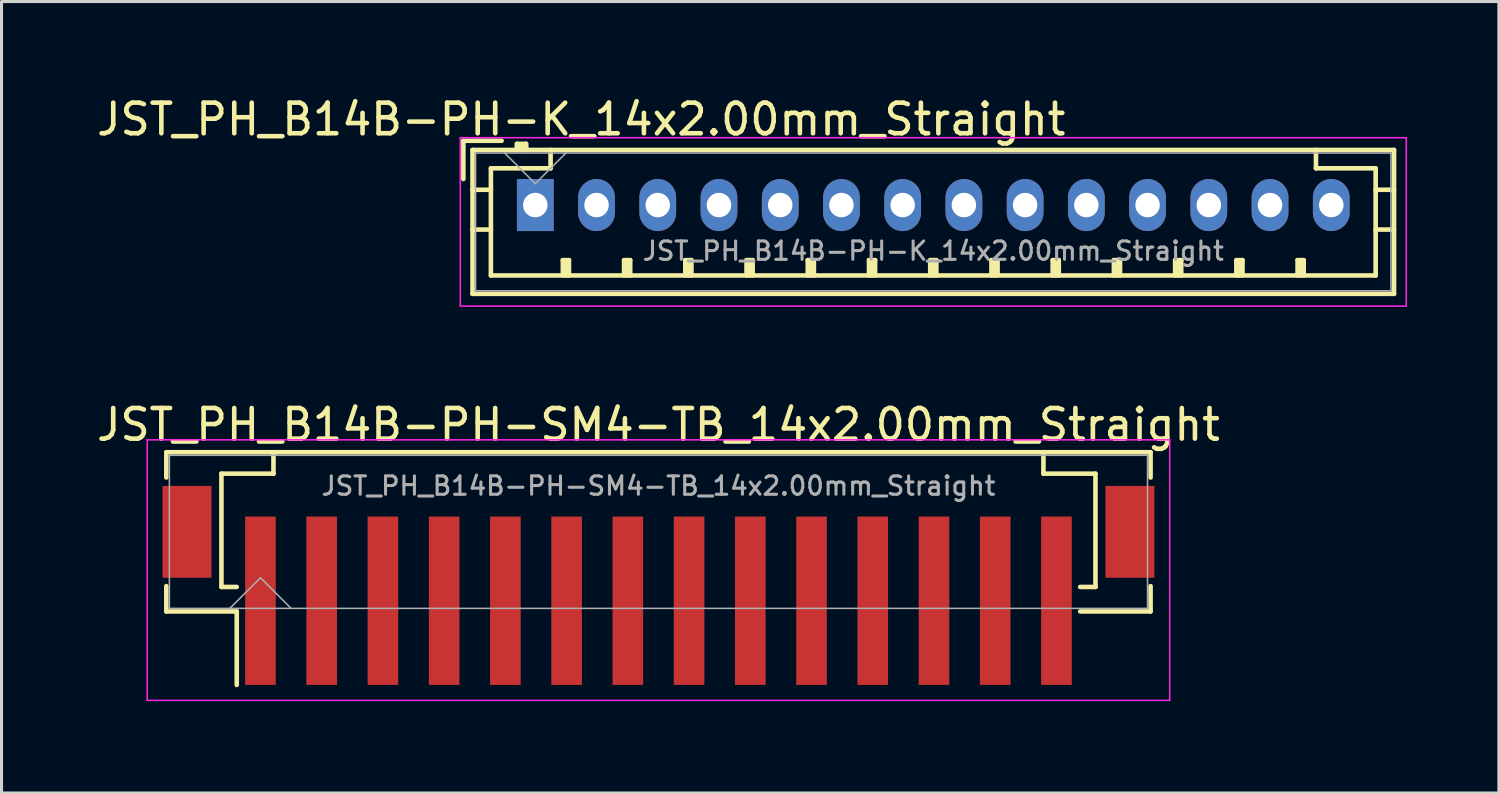
<source format=kicad_pcb>
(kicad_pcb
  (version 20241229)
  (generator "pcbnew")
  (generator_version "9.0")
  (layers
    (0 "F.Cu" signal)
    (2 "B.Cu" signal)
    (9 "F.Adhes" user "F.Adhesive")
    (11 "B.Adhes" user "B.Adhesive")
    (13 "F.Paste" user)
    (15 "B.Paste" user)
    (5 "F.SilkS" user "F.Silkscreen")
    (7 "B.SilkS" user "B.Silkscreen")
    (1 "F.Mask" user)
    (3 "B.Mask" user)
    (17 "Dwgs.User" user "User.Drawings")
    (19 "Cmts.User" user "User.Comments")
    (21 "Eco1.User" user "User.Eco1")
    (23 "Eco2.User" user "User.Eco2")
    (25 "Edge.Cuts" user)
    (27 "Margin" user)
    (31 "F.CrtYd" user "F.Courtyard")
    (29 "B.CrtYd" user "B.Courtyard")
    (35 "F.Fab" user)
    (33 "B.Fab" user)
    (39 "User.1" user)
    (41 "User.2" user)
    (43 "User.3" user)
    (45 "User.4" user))
  (footprint "JST_PH_B14B-PH-SM4-TB_14x2.00mm_Straight"
    (layer "F.Cu")
    (at 18.458 15.447)
    (property "Reference" "JST_PH_B14B-PH-SM4-TB_14x2.00mm_Straight" (at 0 -2.625 0) (layer "F.Fab") (effects (font (size 0.6 0.6) (thickness 0.1))))
    (attr smd)
    (fp_line (start -16.075 -3.725) (end 16.075 -3.725) (stroke (width 0.15) (type solid)) (layer "F.SilkS"))
    (fp_line (start -16.075 -2.9) (end -16.075 -3.725) (stroke (width 0.15) (type solid)) (layer "F.SilkS"))
    (fp_line (start -16.075 0.65) (end -16.075 1.475) (stroke (width 0.15) (type solid)) (layer "F.SilkS"))
    (fp_line (start -16.075 1.475) (end -13.775 1.475) (stroke (width 0.15) (type solid)) (layer "F.SilkS"))
    (fp_line (start -14.275 -3.025) (end -14.275 0.675) (stroke (width 0.15) (type solid)) (layer "F.SilkS"))
    (fp_line (start -14.275 0.675) (end -13.775 0.675) (stroke (width 0.15) (type solid)) (layer "F.SilkS"))
    (fp_line (start -13.775 1.475) (end -13.775 3.875) (stroke (width 0.15) (type solid)) (layer "F.SilkS"))
    (fp_line (start -12.575 -3.725) (end -12.575 -3.025) (stroke (width 0.15) (type solid)) (layer "F.SilkS"))
    (fp_line (start -12.575 -3.025) (end -14.275 -3.025) (stroke (width 0.15) (type solid)) (layer "F.SilkS"))
    (fp_line (start 12.575 -3.725) (end 12.575 -3.025) (stroke (width 0.15) (type solid)) (layer "F.SilkS"))
    (fp_line (start 12.575 -3.025) (end 14.275 -3.025) (stroke (width 0.15) (type solid)) (layer "F.SilkS"))
    (fp_line (start 14.275 -3.025) (end 14.275 0.675) (stroke (width 0.15) (type solid)) (layer "F.SilkS"))
    (fp_line (start 14.275 0.675) (end 13.775 0.675) (stroke (width 0.15) (type solid)) (layer "F.SilkS"))
    (fp_line (start 16.075 -3.725) (end 16.075 -2.9) (stroke (width 0.15) (type solid)) (layer "F.SilkS"))
    (fp_line (start 16.075 0.65) (end 16.075 1.475) (stroke (width 0.15) (type solid)) (layer "F.SilkS"))
    (fp_line (start 16.075 1.475) (end 13.775 1.475) (stroke (width 0.15) (type solid)) (layer "F.SilkS"))
    (fp_line (start -16.7 -4.13) (end -16.7 4.38) (stroke (width 0.05) (type solid)) (layer "F.CrtYd"))
    (fp_line (start -16.7 4.38) (end 16.7 4.38) (stroke (width 0.05) (type solid)) (layer "F.CrtYd"))
    (fp_line (start 16.7 -4.13) (end -16.7 -4.13) (stroke (width 0.05) (type solid)) (layer "F.CrtYd"))
    (fp_line (start 16.7 4.38) (end 16.7 -4.13) (stroke (width 0.05) (type solid)) (layer "F.CrtYd"))
    (fp_line (start -15.975 -3.625) (end -15.975 1.375) (stroke (width 0.05) (type solid)) (layer "F.Fab"))
    (fp_line (start -15.975 1.375) (end 15.975 1.375) (stroke (width 0.05) (type solid)) (layer "F.Fab"))
    (fp_line (start -14 1.375) (end -13 0.375) (stroke (width 0.05) (type solid)) (layer "F.Fab"))
    (fp_line (start -13 0.375) (end -12 1.375) (stroke (width 0.05) (type solid)) (layer "F.Fab"))
    (fp_line (start 15.975 -3.625) (end -15.975 -3.625) (stroke (width 0.05) (type solid)) (layer "F.Fab"))
    (fp_line (start 15.975 1.375) (end 15.975 -3.625) (stroke (width 0.05) (type solid)) (layer "F.Fab"))
    (fp_text user "${REFERENCE}" (at 0 -4.625 0) (layer "F.SilkS") (effects (font (size 1 1) (thickness 0.15))))
    (pad "" smd rect (at -15.4 -1.125) (size 1.6 3) (layers "F.Cu" "F.Mask" "F.Paste"))
    (pad "" smd rect (at 15.4 -1.125) (size 1.6 3) (layers "F.Cu" "F.Mask" "F.Paste"))
    (pad "1" smd rect (at -13 1.125) (size 1 5.5) (layers "F.Cu" "F.Mask" "F.Paste"))
    (pad "2" smd rect (at -11 1.125) (size 1 5.5) (layers "F.Cu" "F.Mask" "F.Paste"))
    (pad "3" smd rect (at -9 1.125) (size 1 5.5) (layers "F.Cu" "F.Mask" "F.Paste"))
    (pad "4" smd rect (at -7 1.125) (size 1 5.5) (layers "F.Cu" "F.Mask" "F.Paste"))
    (pad "5" smd rect (at -5 1.125) (size 1 5.5) (layers "F.Cu" "F.Mask" "F.Paste"))
    (pad "6" smd rect (at -3 1.125) (size 1 5.5) (layers "F.Cu" "F.Mask" "F.Paste"))
    (pad "7" smd rect (at -1 1.125) (size 1 5.5) (layers "F.Cu" "F.Mask" "F.Paste"))
    (pad "8" smd rect (at 1 1.125) (size 1 5.5) (layers "F.Cu" "F.Mask" "F.Paste"))
    (pad "9" smd rect (at 3 1.125) (size 1 5.5) (layers "F.Cu" "F.Mask" "F.Paste"))
    (pad "10" smd rect (at 5 1.125) (size 1 5.5) (layers "F.Cu" "F.Mask" "F.Paste"))
    (pad "11" smd rect (at 7 1.125) (size 1 5.5) (layers "F.Cu" "F.Mask" "F.Paste"))
    (pad "12" smd rect (at 9 1.125) (size 1 5.5) (layers "F.Cu" "F.Mask" "F.Paste"))
    (pad "13" smd rect (at 11 1.125) (size 1 5.5) (layers "F.Cu" "F.Mask" "F.Paste"))
    (pad "14" smd rect (at 13 1.125) (size 1 5.5) (layers "F.Cu" "F.Mask" "F.Paste")))
  (footprint "JST_PH_B14B-PH-K_14x2.00mm_Straight"
    (layer "F.Cu")
    (at 14.435 3.648)
    (property "Reference" "JST_PH_B14B-PH-K_14x2.00mm_Straight" (at 13 1.5 0) (layer "F.Fab") (effects (font (size 0.6 0.6) (thickness 0.1))))
    (attr through_hole)
    (fp_line (start -2.35 -2.1) (end -2.35 -0.85) (stroke (width 0.15) (type solid)) (layer "F.SilkS"))
    (fp_line (start -2.05 -1.8) (end -2.05 2.9) (stroke (width 0.15) (type solid)) (layer "F.SilkS"))
    (fp_line (start -2.05 -0.5) (end -1.45 -0.5) (stroke (width 0.15) (type solid)) (layer "F.SilkS"))
    (fp_line (start -2.05 0.8) (end -1.45 0.8) (stroke (width 0.15) (type solid)) (layer "F.SilkS"))
    (fp_line (start -2.05 2.9) (end 28.05 2.9) (stroke (width 0.15) (type solid)) (layer "F.SilkS"))
    (fp_line (start -1.45 -1.2) (end -1.45 2.3) (stroke (width 0.15) (type solid)) (layer "F.SilkS"))
    (fp_line (start -1.45 2.3) (end 27.45 2.3) (stroke (width 0.15) (type solid)) (layer "F.SilkS"))
    (fp_line (start -1.1 -2.1) (end -2.35 -2.1) (stroke (width 0.15) (type solid)) (layer "F.SilkS"))
    (fp_line (start -0.6 -2) (end -0.6 -1.8) (stroke (width 0.15) (type solid)) (layer "F.SilkS"))
    (fp_line (start -0.3 -2) (end -0.6 -2) (stroke (width 0.15) (type solid)) (layer "F.SilkS"))
    (fp_line (start -0.3 -1.9) (end -0.6 -1.9) (stroke (width 0.15) (type solid)) (layer "F.SilkS"))
    (fp_line (start -0.3 -1.8) (end -0.3 -2) (stroke (width 0.15) (type solid)) (layer "F.SilkS"))
    (fp_line (start 0.5 -1.8) (end 0.5 -1.2) (stroke (width 0.15) (type solid)) (layer "F.SilkS"))
    (fp_line (start 0.5 -1.2) (end -1.45 -1.2) (stroke (width 0.15) (type solid)) (layer "F.SilkS"))
    (fp_line (start 0.9 1.8) (end 1.1 1.8) (stroke (width 0.15) (type solid)) (layer "F.SilkS"))
    (fp_line (start 0.9 2.3) (end 0.9 1.8) (stroke (width 0.15) (type solid)) (layer "F.SilkS"))
    (fp_line (start 1 2.3) (end 1 1.8) (stroke (width 0.15) (type solid)) (layer "F.SilkS"))
    (fp_line (start 1.1 1.8) (end 1.1 2.3) (stroke (width 0.15) (type solid)) (layer "F.SilkS"))
    (fp_line (start 2.9 1.8) (end 3.1 1.8) (stroke (width 0.15) (type solid)) (layer "F.SilkS"))
    (fp_line (start 2.9 2.3) (end 2.9 1.8) (stroke (width 0.15) (type solid)) (layer "F.SilkS"))
    (fp_line (start 3 2.3) (end 3 1.8) (stroke (width 0.15) (type solid)) (layer "F.SilkS"))
    (fp_line (start 3.1 1.8) (end 3.1 2.3) (stroke (width 0.15) (type solid)) (layer "F.SilkS"))
    (fp_line (start 4.9 1.8) (end 5.1 1.8) (stroke (width 0.15) (type solid)) (layer "F.SilkS"))
    (fp_line (start 4.9 2.3) (end 4.9 1.8) (stroke (width 0.15) (type solid)) (layer "F.SilkS"))
    (fp_line (start 5 2.3) (end 5 1.8) (stroke (width 0.15) (type solid)) (layer "F.SilkS"))
    (fp_line (start 5.1 1.8) (end 5.1 2.3) (stroke (width 0.15) (type solid)) (layer "F.SilkS"))
    (fp_line (start 6.9 1.8) (end 7.1 1.8) (stroke (width 0.15) (type solid)) (layer "F.SilkS"))
    (fp_line (start 6.9 2.3) (end 6.9 1.8) (stroke (width 0.15) (type solid)) (layer "F.SilkS"))
    (fp_line (start 7 2.3) (end 7 1.8) (stroke (width 0.15) (type solid)) (layer "F.SilkS"))
    (fp_line (start 7.1 1.8) (end 7.1 2.3) (stroke (width 0.15) (type solid)) (layer "F.SilkS"))
    (fp_line (start 8.9 1.8) (end 9.1 1.8) (stroke (width 0.15) (type solid)) (layer "F.SilkS"))
    (fp_line (start 8.9 2.3) (end 8.9 1.8) (stroke (width 0.15) (type solid)) (layer "F.SilkS"))
    (fp_line (start 9 2.3) (end 9 1.8) (stroke (width 0.15) (type solid)) (layer "F.SilkS"))
    (fp_line (start 9.1 1.8) (end 9.1 2.3) (stroke (width 0.15) (type solid)) (layer "F.SilkS"))
    (fp_line (start 10.9 1.8) (end 11.1 1.8) (stroke (width 0.15) (type solid)) (layer "F.SilkS"))
    (fp_line (start 10.9 2.3) (end 10.9 1.8) (stroke (width 0.15) (type solid)) (layer "F.SilkS"))
    (fp_line (start 11 2.3) (end 11 1.8) (stroke (width 0.15) (type solid)) (layer "F.SilkS"))
    (fp_line (start 11.1 1.8) (end 11.1 2.3) (stroke (width 0.15) (type solid)) (layer "F.SilkS"))
    (fp_line (start 12.9 1.8) (end 13.1 1.8) (stroke (width 0.15) (type solid)) (layer "F.SilkS"))
    (fp_line (start 12.9 2.3) (end 12.9 1.8) (stroke (width 0.15) (type solid)) (layer "F.SilkS"))
    (fp_line (start 13 2.3) (end 13 1.8) (stroke (width 0.15) (type solid)) (layer "F.SilkS"))
    (fp_line (start 13.1 1.8) (end 13.1 2.3) (stroke (width 0.15) (type solid)) (layer "F.SilkS"))
    (fp_line (start 14.9 1.8) (end 15.1 1.8) (stroke (width 0.15) (type solid)) (layer "F.SilkS"))
    (fp_line (start 14.9 2.3) (end 14.9 1.8) (stroke (width 0.15) (type solid)) (layer "F.SilkS"))
    (fp_line (start 15 2.3) (end 15 1.8) (stroke (width 0.15) (type solid)) (layer "F.SilkS"))
    (fp_line (start 15.1 1.8) (end 15.1 2.3) (stroke (width 0.15) (type solid)) (layer "F.SilkS"))
    (fp_line (start 16.9 1.8) (end 17.1 1.8) (stroke (width 0.15) (type solid)) (layer "F.SilkS"))
    (fp_line (start 16.9 2.3) (end 16.9 1.8) (stroke (width 0.15) (type solid)) (layer "F.SilkS"))
    (fp_line (start 17 2.3) (end 17 1.8) (stroke (width 0.15) (type solid)) (layer "F.SilkS"))
    (fp_line (start 17.1 1.8) (end 17.1 2.3) (stroke (width 0.15) (type solid)) (layer "F.SilkS"))
    (fp_line (start 18.9 1.8) (end 19.1 1.8) (stroke (width 0.15) (type solid)) (layer "F.SilkS"))
    (fp_line (start 18.9 2.3) (end 18.9 1.8) (stroke (width 0.15) (type solid)) (layer "F.SilkS"))
    (fp_line (start 19 2.3) (end 19 1.8) (stroke (width 0.15) (type solid)) (layer "F.SilkS"))
    (fp_line (start 19.1 1.8) (end 19.1 2.3) (stroke (width 0.15) (type solid)) (layer "F.SilkS"))
    (fp_line (start 20.9 1.8) (end 21.1 1.8) (stroke (width 0.15) (type solid)) (layer "F.SilkS"))
    (fp_line (start 20.9 2.3) (end 20.9 1.8) (stroke (width 0.15) (type solid)) (layer "F.SilkS"))
    (fp_line (start 21 2.3) (end 21 1.8) (stroke (width 0.15) (type solid)) (layer "F.SilkS"))
    (fp_line (start 21.1 1.8) (end 21.1 2.3) (stroke (width 0.15) (type solid)) (layer "F.SilkS"))
    (fp_line (start 22.9 1.8) (end 23.1 1.8) (stroke (width 0.15) (type solid)) (layer "F.SilkS"))
    (fp_line (start 22.9 2.3) (end 22.9 1.8) (stroke (width 0.15) (type solid)) (layer "F.SilkS"))
    (fp_line (start 23 2.3) (end 23 1.8) (stroke (width 0.15) (type solid)) (layer "F.SilkS"))
    (fp_line (start 23.1 1.8) (end 23.1 2.3) (stroke (width 0.15) (type solid)) (layer "F.SilkS"))
    (fp_line (start 24.9 1.8) (end 25.1 1.8) (stroke (width 0.15) (type solid)) (layer "F.SilkS"))
    (fp_line (start 24.9 2.3) (end 24.9 1.8) (stroke (width 0.15) (type solid)) (layer "F.SilkS"))
    (fp_line (start 25 2.3) (end 25 1.8) (stroke (width 0.15) (type solid)) (layer "F.SilkS"))
    (fp_line (start 25.1 1.8) (end 25.1 2.3) (stroke (width 0.15) (type solid)) (layer "F.SilkS"))
    (fp_line (start 25.5 -1.2) (end 25.5 -1.8) (stroke (width 0.15) (type solid)) (layer "F.SilkS"))
    (fp_line (start 27.45 -1.2) (end 25.5 -1.2) (stroke (width 0.15) (type solid)) (layer "F.SilkS"))
    (fp_line (start 27.45 2.3) (end 27.45 -1.2) (stroke (width 0.15) (type solid)) (layer "F.SilkS"))
    (fp_line (start 28.05 -1.8) (end -2.05 -1.8) (stroke (width 0.15) (type solid)) (layer "F.SilkS"))
    (fp_line (start 28.05 -0.5) (end 27.45 -0.5) (stroke (width 0.15) (type solid)) (layer "F.SilkS"))
    (fp_line (start 28.05 0.8) (end 27.45 0.8) (stroke (width 0.15) (type solid)) (layer "F.SilkS"))
    (fp_line (start 28.05 2.9) (end 28.05 -1.8) (stroke (width 0.15) (type solid)) (layer "F.SilkS"))
    (fp_line (start -2.45 -2.2) (end -2.45 3.3) (stroke (width 0.05) (type solid)) (layer "F.CrtYd"))
    (fp_line (start -2.45 3.3) (end 28.45 3.3) (stroke (width 0.05) (type solid)) (layer "F.CrtYd"))
    (fp_line (start 28.45 -2.2) (end -2.45 -2.2) (stroke (width 0.05) (type solid)) (layer "F.CrtYd"))
    (fp_line (start 28.45 3.3) (end 28.45 -2.2) (stroke (width 0.05) (type solid)) (layer "F.CrtYd"))
    (fp_line (start -1.95 -1.7) (end -1.95 2.8) (stroke (width 0.05) (type solid)) (layer "F.Fab"))
    (fp_line (start -1.95 2.8) (end 27.95 2.8) (stroke (width 0.05) (type solid)) (layer "F.Fab"))
    (fp_line (start -1 -1.7) (end 0 -0.7) (stroke (width 0.05) (type solid)) (layer "F.Fab"))
    (fp_line (start 0 -0.7) (end 1 -1.7) (stroke (width 0.05) (type solid)) (layer "F.Fab"))
    (fp_line (start 27.95 -1.7) (end -1.95 -1.7) (stroke (width 0.05) (type solid)) (layer "F.Fab"))
    (fp_line (start 27.95 2.8) (end 27.95 -1.7) (stroke (width 0.05) (type solid)) (layer "F.Fab"))
    (fp_text user "${REFERENCE}" (at 1.5 -2.8 0) (layer "F.SilkS") (effects (font (size 1 1) (thickness 0.15))))
    (pad "1" thru_hole rect (at 0 0) (size 1.2 1.7) (drill 0.8) (layers "*.Cu" "*.Mask"))
    (pad "2" thru_hole oval (at 2 0) (size 1.2 1.7) (drill 0.8) (layers "*.Cu" "*.Mask"))
    (pad "3" thru_hole oval (at 4 0) (size 1.2 1.7) (drill 0.8) (layers "*.Cu" "*.Mask"))
    (pad "4" thru_hole oval (at 6 0) (size 1.2 1.7) (drill 0.8) (layers "*.Cu" "*.Mask"))
    (pad "5" thru_hole oval (at 8 0) (size 1.2 1.7) (drill 0.8) (layers "*.Cu" "*.Mask"))
    (pad "6" thru_hole oval (at 10 0) (size 1.2 1.7) (drill 0.8) (layers "*.Cu" "*.Mask"))
    (pad "7" thru_hole oval (at 12 0) (size 1.2 1.7) (drill 0.8) (layers "*.Cu" "*.Mask"))
    (pad "8" thru_hole oval (at 14 0) (size 1.2 1.7) (drill 0.8) (layers "*.Cu" "*.Mask"))
    (pad "9" thru_hole oval (at 16 0) (size 1.2 1.7) (drill 0.8) (layers "*.Cu" "*.Mask"))
    (pad "10" thru_hole oval (at 18 0) (size 1.2 1.7) (drill 0.8) (layers "*.Cu" "*.Mask"))
    (pad "11" thru_hole oval (at 20 0) (size 1.2 1.7) (drill 0.8) (layers "*.Cu" "*.Mask"))
    (pad "12" thru_hole oval (at 22 0) (size 1.2 1.7) (drill 0.8) (layers "*.Cu" "*.Mask"))
    (pad "13" thru_hole oval (at 24 0) (size 1.2 1.7) (drill 0.8) (layers "*.Cu" "*.Mask"))
    (pad "14" thru_hole oval (at 26 0) (size 1.2 1.7) (drill 0.8) (layers "*.Cu" "*.Mask")))
  (gr_rect
    (start -3 -3)
    (end 45.91 22.852)
    (stroke (width 0.1) (type default))
    (fill no)
    (layer "Edge.Cuts")))
</source>
